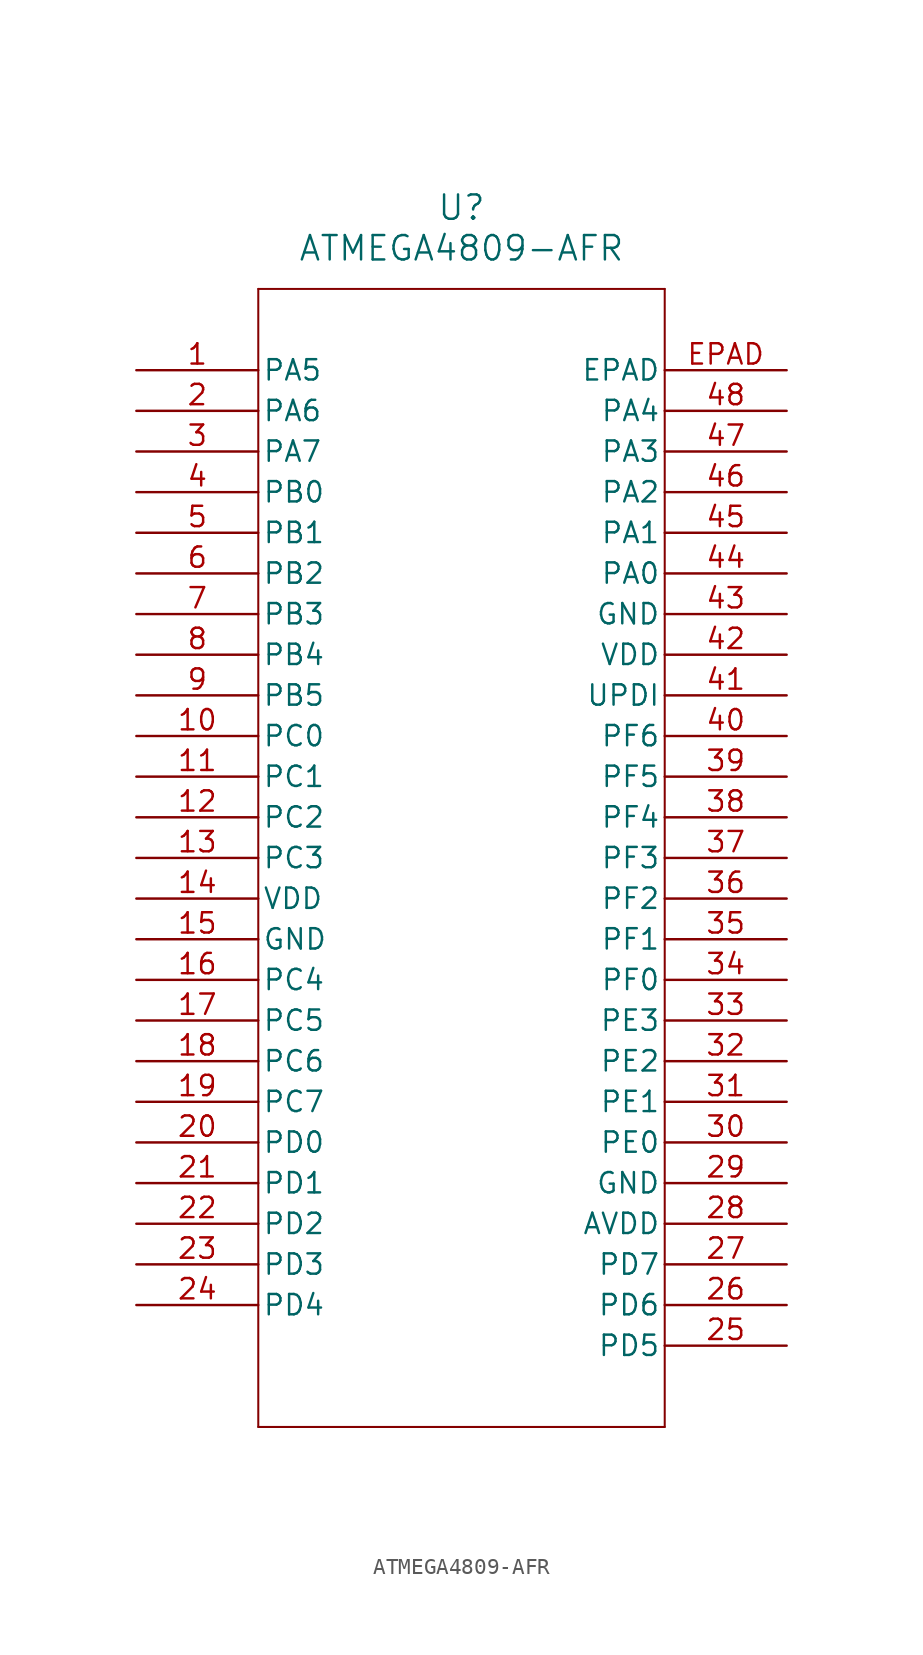
<source format=kicad_sym>
(kicad_symbol_lib
  (version 20211014)
  (generator kicad_symbol_editor)
  (symbol "ATMEGA4809-AFR"
    (pin_names
      (offset 0.254))
    (property "Reference" "U"
      (at 20.32 10.16 0)
      (effects (font (size 1.524 1.524))))
    (property "Value" "ATMEGA4809-AFR"
      (at 20.32 7.62 0)
      (effects (font (size 1.524 1.524))))
    (symbol "ATMEGA4809-AFR_0_1"
      (polyline (pts (xy 7.62 5.08) (xy 7.62 -66.04)) (stroke (width 0.127) (type default) (color 0 0 0 0)) (fill (type none)))
      (polyline (pts (xy 7.62 -66.04) (xy 33.02 -66.04)) (stroke (width 0.127) (type default) (color 0 0 0 0)) (fill (type none)))
      (polyline (pts (xy 33.02 -66.04) (xy 33.02 5.08)) (stroke (width 0.127) (type default) (color 0 0 0 0)) (fill (type none)))
      (polyline (pts (xy 33.02 5.08) (xy 7.62 5.08)) (stroke (width 0.127) (type default) (color 0 0 0 0)) (fill (type none)))
      (pin bidirectional line (at 0 0 0) (length 7.62) (name "PA5" (effects (font (size 1.27 1.27)))) (number "1" (effects (font (size 1.27 1.27)))))
      (pin bidirectional line (at 0 -2.54 0) (length 7.62) (name "PA6" (effects (font (size 1.27 1.27)))) (number "2" (effects (font (size 1.27 1.27)))))
      (pin bidirectional line (at 0 -5.08 0) (length 7.62) (name "PA7" (effects (font (size 1.27 1.27)))) (number "3" (effects (font (size 1.27 1.27)))))
      (pin bidirectional line (at 0 -7.62 0) (length 7.62) (name "PB0" (effects (font (size 1.27 1.27)))) (number "4" (effects (font (size 1.27 1.27)))))
      (pin bidirectional line (at 0 -10.16 0) (length 7.62) (name "PB1" (effects (font (size 1.27 1.27)))) (number "5" (effects (font (size 1.27 1.27)))))
      (pin bidirectional line (at 0 -12.7 0) (length 7.62) (name "PB2" (effects (font (size 1.27 1.27)))) (number "6" (effects (font (size 1.27 1.27)))))
      (pin bidirectional line (at 0 -15.24 0) (length 7.62) (name "PB3" (effects (font (size 1.27 1.27)))) (number "7" (effects (font (size 1.27 1.27)))))
      (pin bidirectional line (at 0 -17.78 0) (length 7.62) (name "PB4" (effects (font (size 1.27 1.27)))) (number "8" (effects (font (size 1.27 1.27)))))
      (pin bidirectional line (at 0 -20.32 0) (length 7.62) (name "PB5" (effects (font (size 1.27 1.27)))) (number "9" (effects (font (size 1.27 1.27)))))
      (pin bidirectional line (at 0 -22.86 0) (length 7.62) (name "PC0" (effects (font (size 1.27 1.27)))) (number "10" (effects (font (size 1.27 1.27)))))
      (pin bidirectional line (at 0 -25.4 0) (length 7.62) (name "PC1" (effects (font (size 1.27 1.27)))) (number "11" (effects (font (size 1.27 1.27)))))
      (pin bidirectional line (at 0 -27.94 0) (length 7.62) (name "PC2" (effects (font (size 1.27 1.27)))) (number "12" (effects (font (size 1.27 1.27)))))
      (pin bidirectional line (at 0 -30.48 0) (length 7.62) (name "PC3" (effects (font (size 1.27 1.27)))) (number "13" (effects (font (size 1.27 1.27)))))
      (pin power_in line (at 0 -33.02 0) (length 7.62) (name "VDD" (effects (font (size 1.27 1.27)))) (number "14" (effects (font (size 1.27 1.27)))))
      (pin power_in line (at 0 -35.56 0) (length 7.62) (name "GND" (effects (font (size 1.27 1.27)))) (number "15" (effects (font (size 1.27 1.27)))))
      (pin bidirectional line (at 0 -38.1 0) (length 7.62) (name "PC4" (effects (font (size 1.27 1.27)))) (number "16" (effects (font (size 1.27 1.27)))))
      (pin bidirectional line (at 0 -40.64 0) (length 7.62) (name "PC5" (effects (font (size 1.27 1.27)))) (number "17" (effects (font (size 1.27 1.27)))))
      (pin bidirectional line (at 0 -43.18 0) (length 7.62) (name "PC6" (effects (font (size 1.27 1.27)))) (number "18" (effects (font (size 1.27 1.27)))))
      (pin bidirectional line (at 0 -45.72 0) (length 7.62) (name "PC7" (effects (font (size 1.27 1.27)))) (number "19" (effects (font (size 1.27 1.27)))))
      (pin bidirectional line (at 0 -48.26 0) (length 7.62) (name "PD0" (effects (font (size 1.27 1.27)))) (number "20" (effects (font (size 1.27 1.27)))))
      (pin bidirectional line (at 0 -50.8 0) (length 7.62) (name "PD1" (effects (font (size 1.27 1.27)))) (number "21" (effects (font (size 1.27 1.27)))))
      (pin bidirectional line (at 0 -53.34 0) (length 7.62) (name "PD2" (effects (font (size 1.27 1.27)))) (number "22" (effects (font (size 1.27 1.27)))))
      (pin bidirectional line (at 0 -55.88 0) (length 7.62) (name "PD3" (effects (font (size 1.27 1.27)))) (number "23" (effects (font (size 1.27 1.27)))))
      (pin bidirectional line (at 0 -58.42 0) (length 7.62) (name "PD4" (effects (font (size 1.27 1.27)))) (number "24" (effects (font (size 1.27 1.27)))))
      (pin bidirectional line (at 40.64 -60.96 180) (length 7.62) (name "PD5" (effects (font (size 1.27 1.27)))) (number "25" (effects (font (size 1.27 1.27)))))
      (pin bidirectional line (at 40.64 -58.42 180) (length 7.62) (name "PD6" (effects (font (size 1.27 1.27)))) (number "26" (effects (font (size 1.27 1.27)))))
      (pin bidirectional line (at 40.64 -55.88 180) (length 7.62) (name "PD7" (effects (font (size 1.27 1.27)))) (number "27" (effects (font (size 1.27 1.27)))))
      (pin power_in line (at 40.64 -53.34 180) (length 7.62) (name "AVDD" (effects (font (size 1.27 1.27)))) (number "28" (effects (font (size 1.27 1.27)))))
      (pin power_in line (at 40.64 -50.8 180) (length 7.62) (name "GND" (effects (font (size 1.27 1.27)))) (number "29" (effects (font (size 1.27 1.27)))))
      (pin bidirectional line (at 40.64 -48.26 180) (length 7.62) (name "PE0" (effects (font (size 1.27 1.27)))) (number "30" (effects (font (size 1.27 1.27)))))
      (pin bidirectional line (at 40.64 -45.72 180) (length 7.62) (name "PE1" (effects (font (size 1.27 1.27)))) (number "31" (effects (font (size 1.27 1.27)))))
      (pin bidirectional line (at 40.64 -43.18 180) (length 7.62) (name "PE2" (effects (font (size 1.27 1.27)))) (number "32" (effects (font (size 1.27 1.27)))))
      (pin bidirectional line (at 40.64 -40.64 180) (length 7.62) (name "PE3" (effects (font (size 1.27 1.27)))) (number "33" (effects (font (size 1.27 1.27)))))
      (pin bidirectional line (at 40.64 -38.1 180) (length 7.62) (name "PF0" (effects (font (size 1.27 1.27)))) (number "34" (effects (font (size 1.27 1.27)))))
      (pin bidirectional line (at 40.64 -35.56 180) (length 7.62) (name "PF1" (effects (font (size 1.27 1.27)))) (number "35" (effects (font (size 1.27 1.27)))))
      (pin bidirectional line (at 40.64 -33.02 180) (length 7.62) (name "PF2" (effects (font (size 1.27 1.27)))) (number "36" (effects (font (size 1.27 1.27)))))
      (pin bidirectional line (at 40.64 -30.48 180) (length 7.62) (name "PF3" (effects (font (size 1.27 1.27)))) (number "37" (effects (font (size 1.27 1.27)))))
      (pin bidirectional line (at 40.64 -27.94 180) (length 7.62) (name "PF4" (effects (font (size 1.27 1.27)))) (number "38" (effects (font (size 1.27 1.27)))))
      (pin bidirectional line (at 40.64 -25.4 180) (length 7.62) (name "PF5" (effects (font (size 1.27 1.27)))) (number "39" (effects (font (size 1.27 1.27)))))
      (pin bidirectional line (at 40.64 -22.86 180) (length 7.62) (name "PF6" (effects (font (size 1.27 1.27)))) (number "40" (effects (font (size 1.27 1.27)))))
      (pin bidirectional line (at 40.64 -20.32 180) (length 7.62) (name "UPDI" (effects (font (size 1.27 1.27)))) (number "41" (effects (font (size 1.27 1.27)))))
      (pin power_in line (at 40.64 -17.78 180) (length 7.62) (name "VDD" (effects (font (size 1.27 1.27)))) (number "42" (effects (font (size 1.27 1.27)))))
      (pin power_in line (at 40.64 -15.24 180) (length 7.62) (name "GND" (effects (font (size 1.27 1.27)))) (number "43" (effects (font (size 1.27 1.27)))))
      (pin bidirectional line (at 40.64 -12.7 180) (length 7.62) (name "PA0" (effects (font (size 1.27 1.27)))) (number "44" (effects (font (size 1.27 1.27)))))
      (pin bidirectional line (at 40.64 -10.16 180) (length 7.62) (name "PA1" (effects (font (size 1.27 1.27)))) (number "45" (effects (font (size 1.27 1.27)))))
      (pin bidirectional line (at 40.64 -7.62 180) (length 7.62) (name "PA2" (effects (font (size 1.27 1.27)))) (number "46" (effects (font (size 1.27 1.27)))))
      (pin bidirectional line (at 40.64 -5.08 180) (length 7.62) (name "PA3" (effects (font (size 1.27 1.27)))) (number "47" (effects (font (size 1.27 1.27)))))
      (pin bidirectional line (at 40.64 -2.54 180) (length 7.62) (name "PA4" (effects (font (size 1.27 1.27)))) (number "48" (effects (font (size 1.27 1.27)))))
      (pin unspecified line (at 40.64 0 180) (length 7.62) (name "EPAD" (effects (font (size 1.27 1.27)))) (number "EPAD" (effects (font (size 1.27 1.27))))))))
</source>
